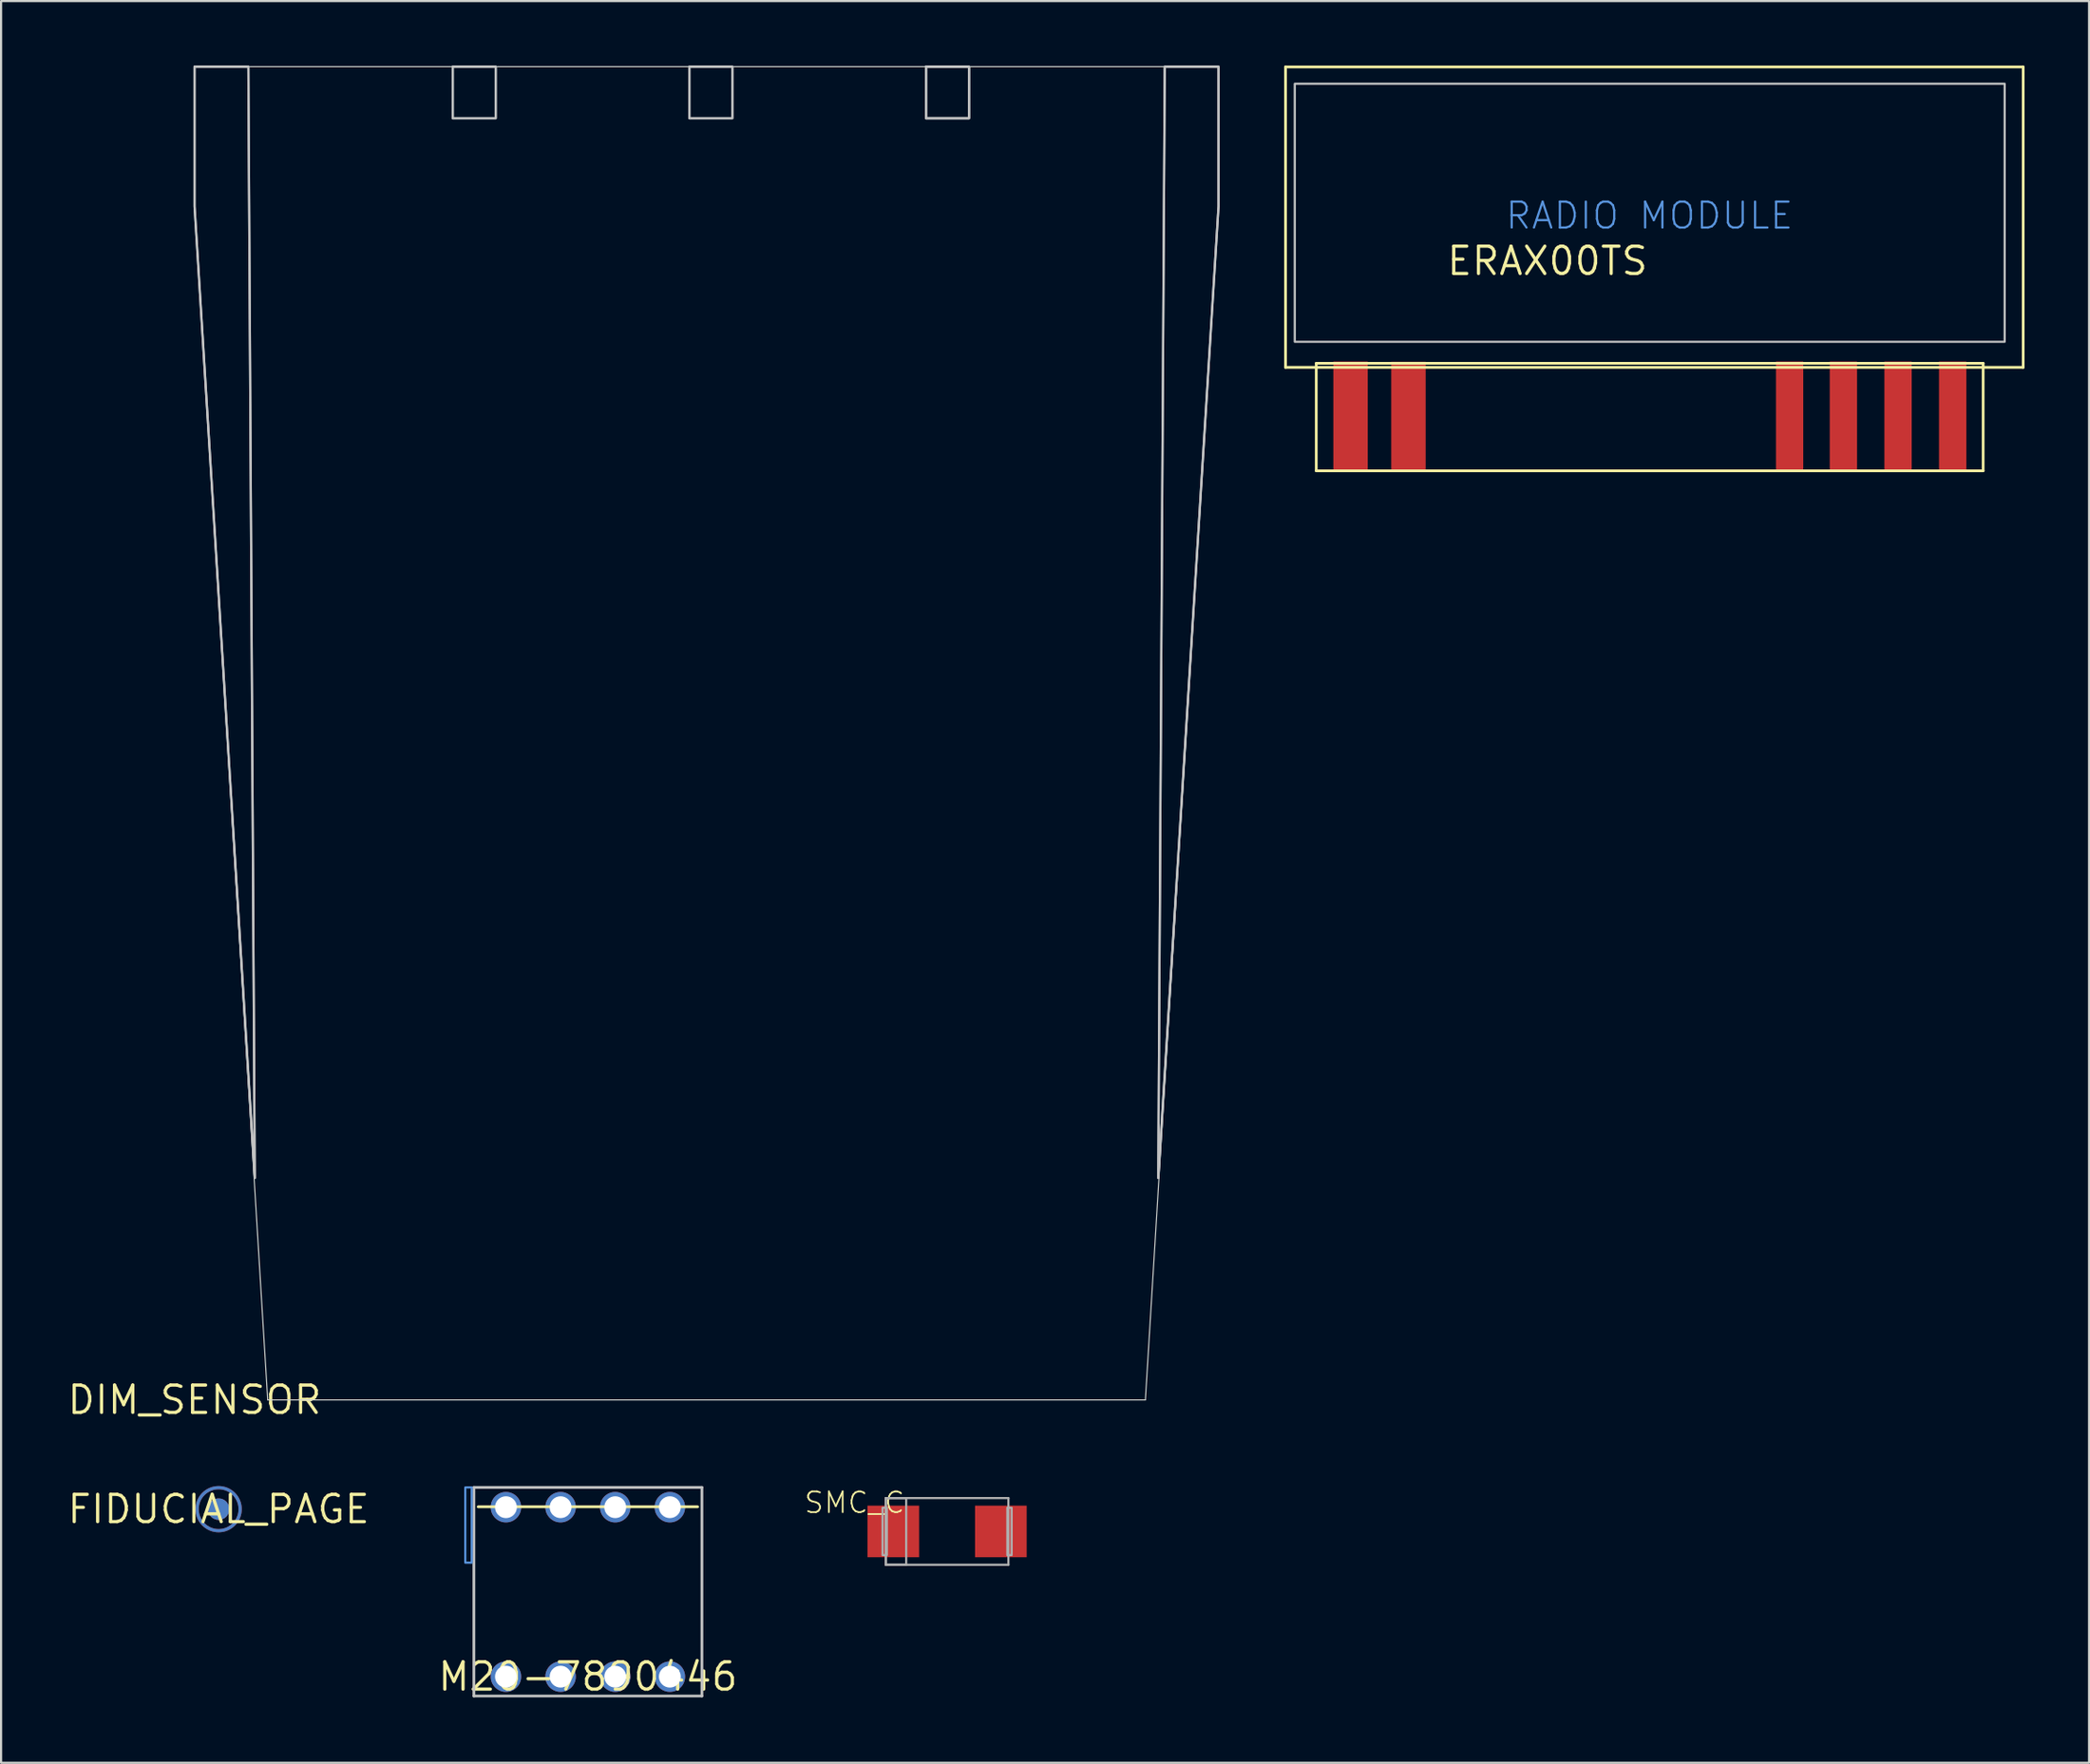
<source format=kicad_pcb>
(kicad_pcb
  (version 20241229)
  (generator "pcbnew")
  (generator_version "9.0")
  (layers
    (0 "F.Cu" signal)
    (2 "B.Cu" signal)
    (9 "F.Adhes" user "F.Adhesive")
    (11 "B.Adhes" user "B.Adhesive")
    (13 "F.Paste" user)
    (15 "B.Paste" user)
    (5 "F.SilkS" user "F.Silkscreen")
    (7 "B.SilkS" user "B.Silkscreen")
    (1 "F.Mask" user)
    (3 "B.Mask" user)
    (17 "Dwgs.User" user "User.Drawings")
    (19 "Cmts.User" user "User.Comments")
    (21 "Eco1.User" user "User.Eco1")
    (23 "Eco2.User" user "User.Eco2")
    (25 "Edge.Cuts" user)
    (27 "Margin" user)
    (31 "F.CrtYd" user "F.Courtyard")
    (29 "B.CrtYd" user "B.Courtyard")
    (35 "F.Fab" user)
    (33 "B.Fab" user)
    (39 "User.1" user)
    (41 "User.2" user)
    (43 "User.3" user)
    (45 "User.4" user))
  (footprint "FIDUCIAL_PAGE"
    (layer "F.Cu")
    (at 7.113 67.131)
    (property "Reference" "FIDUCIAL_PAGE" (at 0 0 0) (layer "F.SilkS") (effects (font (size 1.27 1.27) (thickness 0.15))))
    (attr through_hole)
    (fp_circle (center 0 0) (end 0.25 0) (stroke (width 0.5) (type solid)) (fill no) (layer "F.Cu"))
    (fp_circle (center 0 0) (end 1 0) (stroke (width 0.15) (type solid)) (fill no) (layer "F.Cu"))
    (fp_circle (center 0 0) (end 0.5 0) (stroke (width 1) (type solid)) (fill no) (layer "F.Mask"))
    (fp_circle (center 0 0) (end 0.25 0) (stroke (width 0.5) (type solid)) (fill no) (layer "B.Cu"))
    (fp_circle (center 0 0) (end 1 0) (stroke (width 0.15) (type solid)) (fill no) (layer "B.Cu"))
    (fp_circle (center 0 0) (end 0.5 0) (stroke (width 1) (type solid)) (fill no) (layer "B.Mask")))
  (footprint "SMC_C"
    (layer "F.Cu")
    (at 40.976 68.167)
    (property "Reference" "SMC_C" (at -1.905 -1.905 0) (layer "F.SilkS") (effects (font (size 0.965 0.965) (thickness 0.081)) (justify right top)))
    (attr through_hole)
    (fp_line (start -2.85 -1.55) (end 2.85 -1.55) (stroke (width 0.102) (type solid)) (layer "F.Fab"))
    (fp_line (start -2.85 1.55) (end -2.85 -1.55) (stroke (width 0.102) (type solid)) (layer "F.Fab"))
    (fp_line (start 2.85 -1.55) (end 2.85 1.55) (stroke (width 0.102) (type solid)) (layer "F.Fab"))
    (fp_line (start 2.85 1.55) (end -2.85 1.55) (stroke (width 0.102) (type solid)) (layer "F.Fab"))
    (fp_poly (pts (xy -3 1.1) (xy -2.8 1.1) (xy -2.8 -1.1) (xy -3 -1.1)) (stroke (width 0.1) (type solid)) (fill no) (layer "F.Fab"))
    (fp_poly (pts (xy -2.85 1.55) (xy -1.9 1.55) (xy -1.9 -1.55) (xy -2.85 -1.55)) (stroke (width 0.1) (type solid)) (fill no) (layer "F.Fab"))
    (fp_poly (pts (xy 3 -1.1) (xy 2.8 -1.1) (xy 2.8 1.1) (xy 3 1.1)) (stroke (width 0.1) (type solid)) (fill no) (layer "F.Fab"))
    (pad "+" smd rect (at -2.5 0) (size 2.4 2.4) (layers "F.Cu" "F.Mask" "F.Paste"))
    (pad "-" smd rect (at 2.5 0 180) (size 2.4 2.4) (layers "F.Cu" "F.Mask" "F.Paste")))
  (footprint "M20-7890446"
    (layer "F.Cu")
    (at 24.279 74.92)
    (property "Reference" "M20-7890446" (at 0 0 0) (layer "F.SilkS") (effects (font (size 1.27 1.27) (thickness 0.15))))
    (attr through_hole)
    (fp_line (start -5.1 -7.9) (end 5.1 -7.9) (stroke (width 0.127) (type solid)) (layer "F.SilkS"))
    (fp_line (start -5.3 -8.8) (end 5.3 -8.8) (stroke (width 0.127) (type solid)) (layer "Dwgs.User"))
    (fp_line (start -5.3 0.9) (end -5.3 -8.8) (stroke (width 0.127) (type solid)) (layer "Dwgs.User"))
    (fp_line (start 5.3 -8.8) (end 5.3 0.9) (stroke (width 0.127) (type solid)) (layer "Dwgs.User"))
    (fp_line (start 5.3 0.9) (end -5.3 0.9) (stroke (width 0.127) (type solid)) (layer "Dwgs.User"))
    (fp_poly (pts (xy -5.7 -5.3) (xy -5.4 -5.3) (xy -5.4 -8.8) (xy -5.7 -8.8)) (stroke (width 0.1) (type solid)) (fill no) (layer "Cmts.User"))
    (fp_poly (pts (xy -4.064 -7.626) (xy -3.556 -7.626) (xy -3.556 -8.134) (xy -4.064 -8.134)) (stroke (width 0.1) (type solid)) (fill no) (layer "F.Fab"))
    (fp_poly (pts (xy -4.064 0.254) (xy -3.556 0.254) (xy -3.556 -0.254) (xy -4.064 -0.254)) (stroke (width 0.1) (type solid)) (fill no) (layer "F.Fab"))
    (fp_poly (pts (xy -1.524 -7.626) (xy -1.016 -7.626) (xy -1.016 -8.134) (xy -1.524 -8.134)) (stroke (width 0.1) (type solid)) (fill no) (layer "F.Fab"))
    (fp_poly (pts (xy -1.524 0.254) (xy -1.016 0.254) (xy -1.016 -0.254) (xy -1.524 -0.254)) (stroke (width 0.1) (type solid)) (fill no) (layer "F.Fab"))
    (fp_poly (pts (xy 1.016 -7.626) (xy 1.524 -7.626) (xy 1.524 -8.134) (xy 1.016 -8.134)) (stroke (width 0.1) (type solid)) (fill no) (layer "F.Fab"))
    (fp_poly (pts (xy 1.016 0.254) (xy 1.524 0.254) (xy 1.524 -0.254) (xy 1.016 -0.254)) (stroke (width 0.1) (type solid)) (fill no) (layer "F.Fab"))
    (fp_poly (pts (xy 3.556 -7.626) (xy 4.064 -7.626) (xy 4.064 -8.134) (xy 3.556 -8.134)) (stroke (width 0.1) (type solid)) (fill no) (layer "F.Fab"))
    (fp_poly (pts (xy 3.556 0.254) (xy 4.064 0.254) (xy 4.064 -0.254) (xy 3.556 -0.254)) (stroke (width 0.1) (type solid)) (fill no) (layer "F.Fab"))
    (pad "1" thru_hole circle (at -3.81 0 90) (size 1.417 1.417) (drill 1.016) (layers "*.Cu" "*.Mask"))
    (pad "1'" thru_hole circle (at -3.81 -7.88 90) (size 1.417 1.417) (drill 1.016) (layers "*.Cu" "*.Mask"))
    (pad "2" thru_hole circle (at -1.27 0 90) (size 1.417 1.417) (drill 1.016) (layers "*.Cu" "*.Mask"))
    (pad "2'" thru_hole circle (at -1.27 -7.88 90) (size 1.417 1.417) (drill 1.016) (layers "*.Cu" "*.Mask"))
    (pad "3" thru_hole circle (at 1.27 0 90) (size 1.417 1.417) (drill 1.016) (layers "*.Cu" "*.Mask"))
    (pad "3'" thru_hole circle (at 1.27 -7.88 90) (size 1.417 1.417) (drill 1.016) (layers "*.Cu" "*.Mask"))
    (pad "4" thru_hole circle (at 3.81 0 90) (size 1.417 1.417) (drill 1.016) (layers "*.Cu" "*.Mask"))
    (pad "4'" thru_hole circle (at 3.81 -7.88 90) (size 1.417 1.417) (drill 1.016) (layers "*.Cu" "*.Mask")))
  (footprint "ERAX00TS"
    (layer "F.Cu")
    (at 73.638 8.344)
    (property "Reference" "ERAX00TS" (at 0 0 0) (layer "F.SilkS") (effects (font (size 1.27 1.27) (thickness 0.15)) (justify right top)))
    (attr through_hole)
    (fp_line (start -16.93 -8.28) (end 17.36 -8.28) (stroke (width 0.127) (type solid)) (layer "F.SilkS"))
    (fp_line (start -16.93 5.69) (end -16.93 -8.28) (stroke (width 0.127) (type solid)) (layer "F.SilkS"))
    (fp_line (start -15.5 5.5) (end -15.5 10.5) (stroke (width 0.127) (type solid)) (layer "F.SilkS"))
    (fp_line (start -15.5 10.5) (end 15.5 10.5) (stroke (width 0.127) (type solid)) (layer "F.SilkS"))
    (fp_line (start 15.5 5.5) (end -15.5 5.5) (stroke (width 0.127) (type solid)) (layer "F.SilkS"))
    (fp_line (start 15.5 10.5) (end 15.5 5.5) (stroke (width 0.127) (type solid)) (layer "F.SilkS"))
    (fp_line (start 17.36 -8.28) (end 17.36 5.69) (stroke (width 0.127) (type solid)) (layer "F.SilkS"))
    (fp_line (start 17.36 5.69) (end -16.93 5.69) (stroke (width 0.127) (type solid)) (layer "F.SilkS"))
    (fp_poly (pts (xy -16.5 4.5) (xy 16.5 4.5) (xy 16.5 -7.5) (xy -16.5 -7.5)) (stroke (width 0.1) (type solid)) (fill no) (layer "Dwgs.User"))
    (fp_text user "RADIO MODULE" (at -6.77 -0.66 0) (layer "Cmts.User") (effects (font (size 1.206 1.206) (thickness 0.102)) (justify left bottom)))
    (pad "1" smd rect (at -13.907 7.958 90) (size 5.08 1.6) (layers "F.Cu" "F.Mask" "F.Paste"))
    (pad "2" smd rect (at -11.215 7.968 90) (size 5.08 1.6) (layers "F.Cu" "F.Mask" "F.Paste"))
    (pad "3" smd rect (at 6.503 7.958 90) (size 5.08 1.27) (layers "F.Cu" "F.Mask" "F.Paste"))
    (pad "4" smd rect (at 9.003 7.958 90) (size 5.08 1.27) (layers "F.Cu" "F.Mask" "F.Paste"))
    (pad "5" smd rect (at 11.543 7.958 90) (size 5.08 1.27) (layers "F.Cu" "F.Mask" "F.Paste"))
    (pad "6" smd rect (at 14.083 7.958 90) (size 5.08 1.27) (layers "F.Cu" "F.Mask" "F.Paste")))
  (footprint "DIM_SENSOR"
    (layer "F.Cu")
    (at 5.994 62.05)
    (property "Reference" "DIM_SENSOR" (at 0 0 0) (layer "F.SilkS") (effects (font (size 1.27 1.27) (thickness 0.15))))
    (attr through_hole)
    (fp_poly (pts (xy 0 -62) (xy 2.5 -62) (xy 2.8 -10.32) (xy 0 -55.5)) (stroke (width 0.1) (type solid)) (fill no) (layer "Dwgs.User"))
    (fp_poly (pts (xy 0 -62) (xy 2.5 -62) (xy 2.8 -10.32) (xy 0 -55.5)) (stroke (width 0.1) (type solid)) (fill no) (layer "Dwgs.User"))
    (fp_poly (pts (xy 12 -59.6) (xy 14 -59.6) (xy 14 -62) (xy 12 -62)) (stroke (width 0.1) (type solid)) (fill no) (layer "Dwgs.User"))
    (fp_poly (pts (xy 12 -59.6) (xy 14 -59.6) (xy 14 -62) (xy 12 -62)) (stroke (width 0.1) (type solid)) (fill no) (layer "Dwgs.User"))
    (fp_poly (pts (xy 23 -59.6) (xy 25 -59.6) (xy 25 -62) (xy 23 -62)) (stroke (width 0.1) (type solid)) (fill no) (layer "Dwgs.User"))
    (fp_poly (pts (xy 23 -59.6) (xy 25 -59.6) (xy 25 -62) (xy 23 -62)) (stroke (width 0.1) (type solid)) (fill no) (layer "Dwgs.User"))
    (fp_poly (pts (xy 34 -59.6) (xy 36 -59.6) (xy 36 -62) (xy 34 -62)) (stroke (width 0.1) (type solid)) (fill no) (layer "Dwgs.User"))
    (fp_poly (pts (xy 34 -59.6) (xy 36 -59.6) (xy 36 -62) (xy 34 -62)) (stroke (width 0.1) (type solid)) (fill no) (layer "Dwgs.User"))
    (fp_poly (pts (xy 34 -59.6) (xy 36 -59.6) (xy 36 -62) (xy 34 -62)) (stroke (width 0.1) (type solid)) (fill no) (layer "Dwgs.User"))
    (fp_poly (pts (xy 47.6 -62) (xy 47.6 -55.5) (xy 44.8 -10.32) (xy 45.1 -62)) (stroke (width 0.1) (type solid)) (fill no) (layer "Dwgs.User"))
    (fp_poly (pts (xy 47.6 -62) (xy 47.6 -55.5) (xy 44.8 -10.32) (xy 45.1 -62)) (stroke (width 0.1) (type solid)) (fill no) (layer "Dwgs.User"))
    (fp_line (start 0 -62) (end 47.6 -62) (stroke (width 0.05) (type solid)) (layer "Edge.Cuts"))
    (fp_line (start 0 -55.5) (end 0 -62) (stroke (width 0.05) (type solid)) (layer "Edge.Cuts"))
    (fp_line (start 3.4 0) (end 0 -55.5) (stroke (width 0.05) (type solid)) (layer "Edge.Cuts"))
    (fp_line (start 3.4 0) (end 44.2 0) (stroke (width 0.05) (type solid)) (layer "Edge.Cuts"))
    (fp_line (start 47.6 -62) (end 47.6 -55.5) (stroke (width 0.05) (type solid)) (layer "Edge.Cuts"))
    (fp_line (start 47.6 -55.5) (end 44.2 0) (stroke (width 0.05) (type solid)) (layer "Edge.Cuts")))
  (gr_rect
    (start -3 -3)
    (end 94.061 78.926)
    (stroke (width 0.1) (type default))
    (fill no)
    (layer "Edge.Cuts")))
</source>
